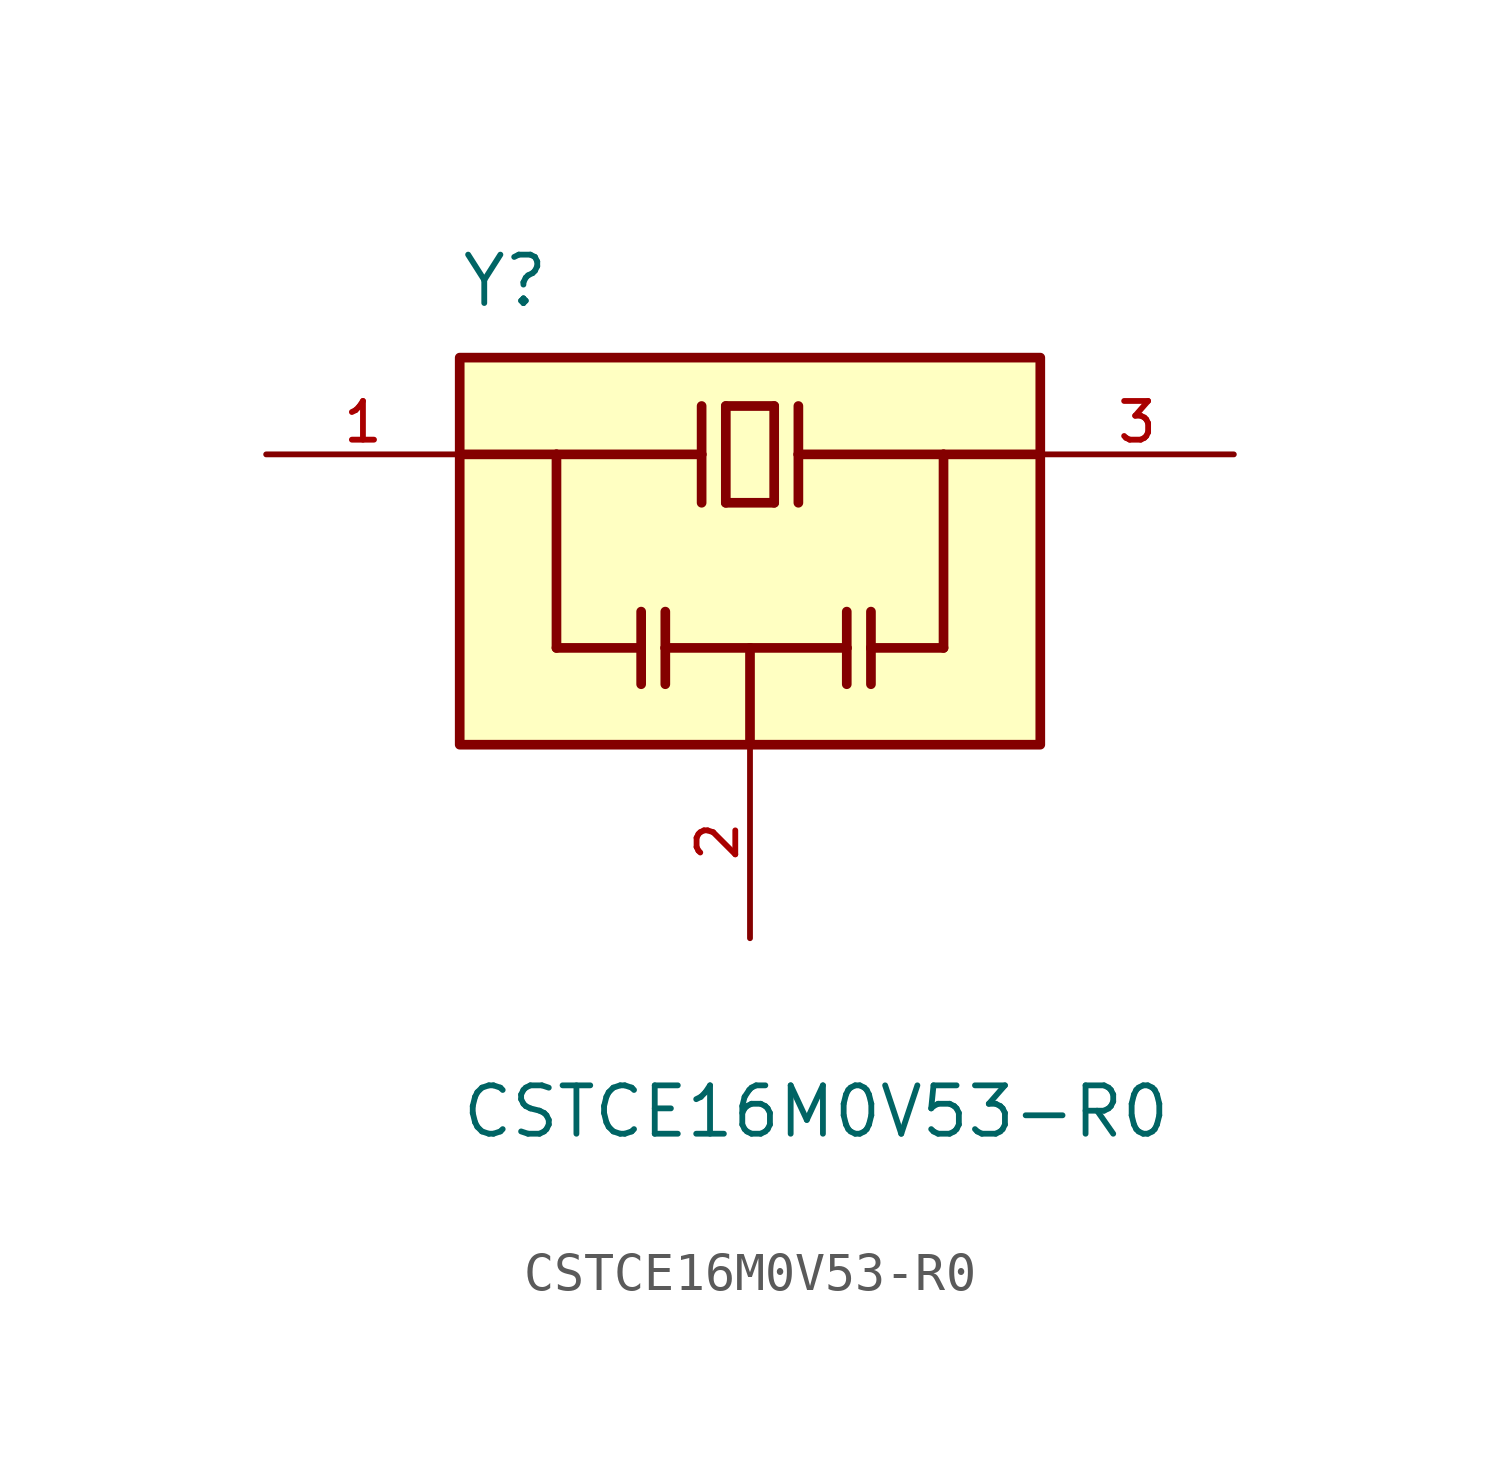
<source format=kicad_sym>
(kicad_symbol_lib
  (version 20211014)
  (generator kicad_symbol_editor)
  (symbol "CSTCE16M0V53-R0"
    (pin_names
      (offset 1.016))
    (property "Reference" "Y"
      (at -7.62 6.35 0)
      (effects (font (size 1.27 1.27)) (justify bottom left)))
    (property "Value" "CSTCE16M0V53-R0"
      (at -7.62 -13.97 0.0)
      (effects (font (size 1.27 1.27)) (justify top left)))
    (symbol "CSTCE16M0V53-R0_0_0"
      (polyline (pts (xy -1.27 3.81) (xy -1.27 2.54)) (stroke (width 0.254)))
      (polyline (pts (xy -1.27 2.54) (xy -1.27 1.27)) (stroke (width 0.254)))
      (polyline (pts (xy -0.635 1.27) (xy -0.635 3.81)) (stroke (width 0.254)))
      (polyline (pts (xy -0.635 3.81) (xy 0.635 3.81)) (stroke (width 0.254)))
      (polyline (pts (xy 0.635 3.81) (xy 0.635 1.27)) (stroke (width 0.254)))
      (polyline (pts (xy 0.635 1.27) (xy -0.635 1.27)) (stroke (width 0.254)))
      (polyline (pts (xy 1.27 3.81) (xy 1.27 2.54)) (stroke (width 0.254)))
      (polyline (pts (xy 1.27 2.54) (xy 1.27 1.27)) (stroke (width 0.254)))
      (polyline (pts (xy -2.857 -1.587) (xy -2.857 -2.54)) (stroke (width 0.254)))
      (polyline (pts (xy -2.857 -2.54) (xy -2.857 -3.493)) (stroke (width 0.254)))
      (polyline (pts (xy -2.223 -1.587) (xy -2.223 -2.54)) (stroke (width 0.254)))
      (polyline (pts (xy -2.223 -2.54) (xy -2.223 -3.493)) (stroke (width 0.254)))
      (polyline (pts (xy 2.54 -1.587) (xy 2.54 -2.54)) (stroke (width 0.254)))
      (polyline (pts (xy 2.54 -2.54) (xy 2.54 -3.493)) (stroke (width 0.254)))
      (polyline (pts (xy 3.175 -1.587) (xy 3.175 -2.54)) (stroke (width 0.254)))
      (polyline (pts (xy 3.175 -2.54) (xy 3.175 -3.493)) (stroke (width 0.254)))
      (polyline (pts (xy -7.62 2.54) (xy -5.08 2.54)) (stroke (width 0.254)))
      (polyline (pts (xy -5.08 2.54) (xy -1.27 2.54)) (stroke (width 0.254)))
      (polyline (pts (xy 1.27 2.54) (xy 5.08 2.54)) (stroke (width 0.254)))
      (polyline (pts (xy 5.08 2.54) (xy 7.62 2.54)) (stroke (width 0.254)))
      (polyline (pts (xy -2.857 -2.54) (xy -5.08 -2.54)) (stroke (width 0.254)))
      (polyline (pts (xy -5.08 -2.54) (xy -5.08 2.54)) (stroke (width 0.254)))
      (polyline (pts (xy 3.175 -2.54) (xy 5.08 -2.54)) (stroke (width 0.254)))
      (polyline (pts (xy 5.08 -2.54) (xy 5.08 2.54)) (stroke (width 0.254)))
      (polyline (pts (xy 0.0 -5.08) (xy 0.0 -2.54)) (stroke (width 0.254)))
      (polyline (pts (xy 0.0 -2.54) (xy -2.223 -2.54)) (stroke (width 0.254)))
      (polyline (pts (xy 0.0 -2.54) (xy 2.54 -2.54)) (stroke (width 0.254)))
      (rectangle (start -7.62 -5.08) (end 7.62 5.08) (stroke (width 0.254)) (fill (type background)))
      (pin input line (at -12.7 2.54 0) (length 5.08) (name "~" (effects (font (size 1.016 1.016)))) (number "1" (effects (font (size 1.016 1.016)))))
      (pin output line (at 12.7 2.54 180.0) (length 5.08) (name "~" (effects (font (size 1.016 1.016)))) (number "3" (effects (font (size 1.016 1.016)))))
      (pin power_in line (at 0.0 -10.16 90.0) (length 5.08) (name "~" (effects (font (size 1.016 1.016)))) (number "2" (effects (font (size 1.016 1.016))))))))
</source>
